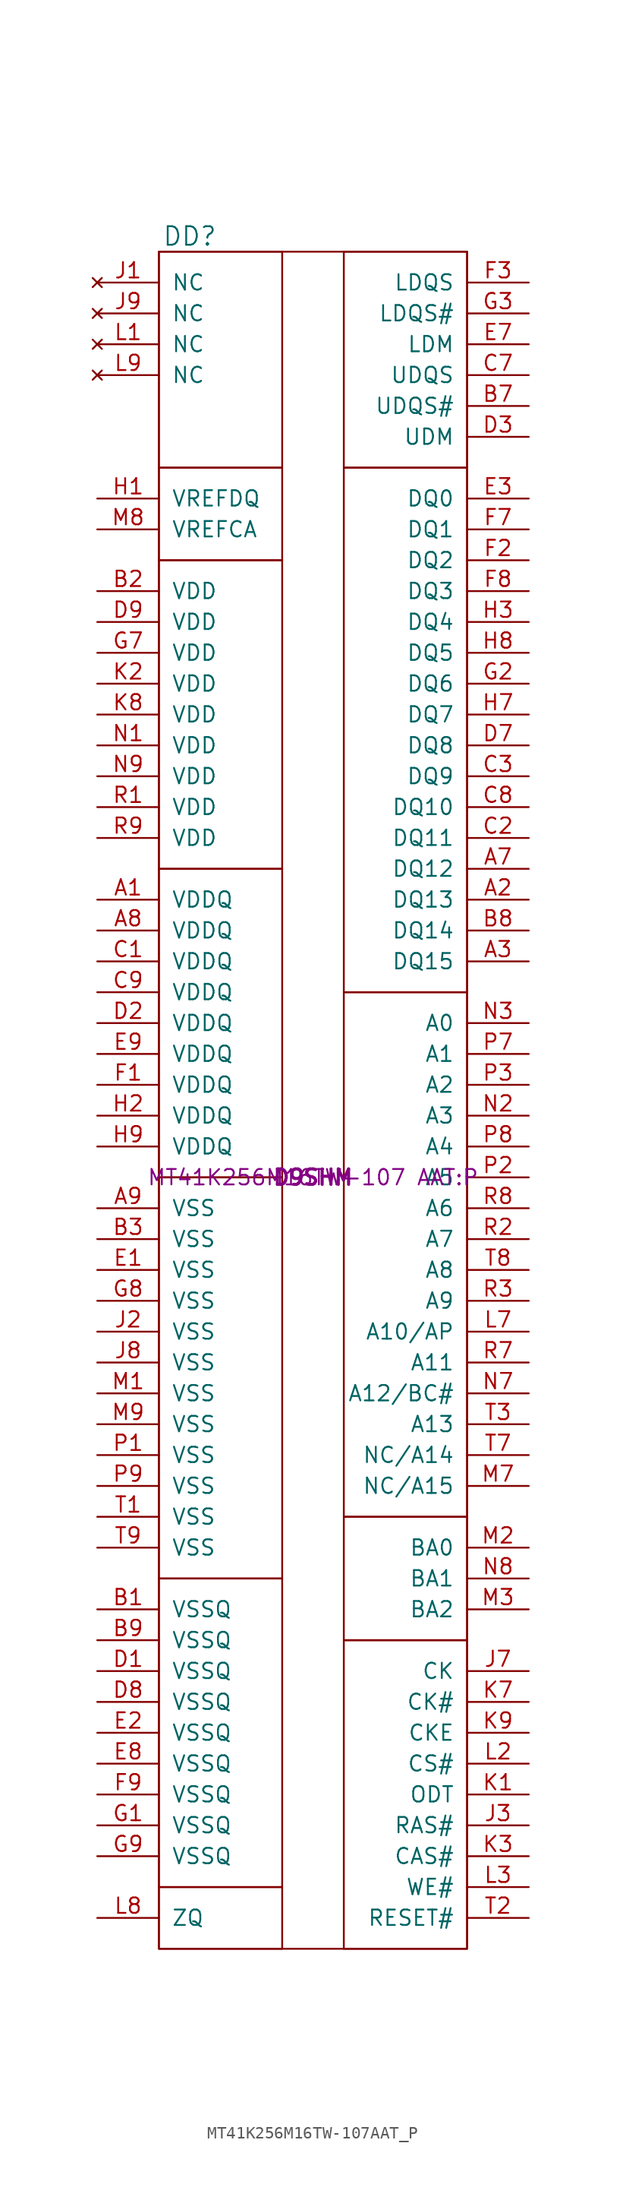
<source format=kicad_sym>
(kicad_symbol_lib
  (version 20211014)
  (generator kicad_symbol_editor)
  (symbol "MT41K256M16TW-107AAT_P"
    (pin_names
      (offset 1.016))
    (property "Reference" "DD"
      (at -10.16 77.47 0)
      (effects (font (size 1.524 1.524))))
    (property "p/n" "MT41K256M16TW-107 AAT:P"
      (at 0 0 0)
      (effects (font (size 1.27 1.27))))
    (property "Mark" "D9SHM"
      (at 0 0 0)
      (effects (font (size 1.27 1.27) bold)))
    (symbol "MT41K256M16TW-107AAT_P_0_1"
      (rectangle (start -12.7 -58.42) (end -2.54 -63.5) (stroke (width 0) (type default) (color 0 0 0 0)) (fill (type none)))
      (rectangle (start -12.7 -33.02) (end -2.54 -58.42) (stroke (width 0) (type default) (color 0 0 0 0)) (fill (type none)))
      (rectangle (start -12.7 0) (end -2.54 -33.02) (stroke (width 0) (type default) (color 0 0 0 0)) (fill (type none)))
      (rectangle (start -12.7 25.4) (end -2.54 0) (stroke (width 0) (type default) (color 0 0 0 0)) (fill (type none)))
      (rectangle (start -12.7 50.8) (end -2.54 25.4) (stroke (width 0) (type default) (color 0 0 0 0)) (fill (type none)))
      (rectangle (start -12.7 58.42) (end -2.54 50.8) (stroke (width 0) (type default) (color 0 0 0 0)) (fill (type none)))
      (rectangle (start -12.7 76.2) (end -2.54 58.42) (stroke (width 0) (type default) (color 0 0 0 0)) (fill (type none)))
      (rectangle (start -12.7 76.2) (end 12.7 -63.5) (stroke (width 0) (type default) (color 0 0 0 0)) (fill (type none)))
      (rectangle (start 2.54 -38.1) (end 12.7 -63.5) (stroke (width 0) (type default) (color 0 0 0 0)) (fill (type none)))
      (rectangle (start 2.54 -27.94) (end 12.7 -38.1) (stroke (width 0) (type default) (color 0 0 0 0)) (fill (type none)))
      (rectangle (start 2.54 15.24) (end 12.7 -27.94) (stroke (width 0) (type default) (color 0 0 0 0)) (fill (type none)))
      (rectangle (start 2.54 58.42) (end 12.7 15.24) (stroke (width 0) (type default) (color 0 0 0 0)) (fill (type none)))
      (rectangle (start 2.54 76.2) (end 12.7 58.42) (stroke (width 0) (type default) (color 0 0 0 0)) (fill (type none))))
    (symbol "MT41K256M16TW-107AAT_P_1_1"
      (pin passive line (at -17.78 22.86 0) (length 5.08) (name "VDDQ" (effects (font (size 1.27 1.27)))) (number "A1" (effects (font (size 1.27 1.27)))))
      (pin passive line (at 17.78 22.86 180) (length 5.08) (name "DQ13" (effects (font (size 1.27 1.27)))) (number "A2" (effects (font (size 1.27 1.27)))))
      (pin passive line (at 17.78 17.78 180) (length 5.08) (name "DQ15" (effects (font (size 1.27 1.27)))) (number "A3" (effects (font (size 1.27 1.27)))))
      (pin passive line (at 17.78 25.4 180) (length 5.08) (name "DQ12" (effects (font (size 1.27 1.27)))) (number "A7" (effects (font (size 1.27 1.27)))))
      (pin passive line (at -17.78 20.32 0) (length 5.08) (name "VDDQ" (effects (font (size 1.27 1.27)))) (number "A8" (effects (font (size 1.27 1.27)))))
      (pin passive line (at -17.78 -2.54 0) (length 5.08) (name "VSS" (effects (font (size 1.27 1.27)))) (number "A9" (effects (font (size 1.27 1.27)))))
      (pin passive line (at -17.78 -35.56 0) (length 5.08) (name "VSSQ" (effects (font (size 1.27 1.27)))) (number "B1" (effects (font (size 1.27 1.27)))))
      (pin passive line (at -17.78 48.26 0) (length 5.08) (name "VDD" (effects (font (size 1.27 1.27)))) (number "B2" (effects (font (size 1.27 1.27)))))
      (pin passive line (at -17.78 -5.08 0) (length 5.08) (name "VSS" (effects (font (size 1.27 1.27)))) (number "B3" (effects (font (size 1.27 1.27)))))
      (pin passive line (at 17.78 63.5 180) (length 5.08) (name "UDQS#" (effects (font (size 1.27 1.27)))) (number "B7" (effects (font (size 1.27 1.27)))))
      (pin passive line (at 17.78 20.32 180) (length 5.08) (name "DQ14" (effects (font (size 1.27 1.27)))) (number "B8" (effects (font (size 1.27 1.27)))))
      (pin passive line (at -17.78 -38.1 0) (length 5.08) (name "VSSQ" (effects (font (size 1.27 1.27)))) (number "B9" (effects (font (size 1.27 1.27)))))
      (pin passive line (at -17.78 17.78 0) (length 5.08) (name "VDDQ" (effects (font (size 1.27 1.27)))) (number "C1" (effects (font (size 1.27 1.27)))))
      (pin passive line (at 17.78 27.94 180) (length 5.08) (name "DQ11" (effects (font (size 1.27 1.27)))) (number "C2" (effects (font (size 1.27 1.27)))))
      (pin passive line (at 17.78 33.02 180) (length 5.08) (name "DQ9" (effects (font (size 1.27 1.27)))) (number "C3" (effects (font (size 1.27 1.27)))))
      (pin passive line (at 17.78 66.04 180) (length 5.08) (name "UDQS" (effects (font (size 1.27 1.27)))) (number "C7" (effects (font (size 1.27 1.27)))))
      (pin passive line (at 17.78 30.48 180) (length 5.08) (name "DQ10" (effects (font (size 1.27 1.27)))) (number "C8" (effects (font (size 1.27 1.27)))))
      (pin passive line (at -17.78 15.24 0) (length 5.08) (name "VDDQ" (effects (font (size 1.27 1.27)))) (number "C9" (effects (font (size 1.27 1.27)))))
      (pin passive line (at -17.78 -40.64 0) (length 5.08) (name "VSSQ" (effects (font (size 1.27 1.27)))) (number "D1" (effects (font (size 1.27 1.27)))))
      (pin passive line (at -17.78 12.7 0) (length 5.08) (name "VDDQ" (effects (font (size 1.27 1.27)))) (number "D2" (effects (font (size 1.27 1.27)))))
      (pin passive line (at 17.78 60.96 180) (length 5.08) (name "UDM" (effects (font (size 1.27 1.27)))) (number "D3" (effects (font (size 1.27 1.27)))))
      (pin passive line (at 17.78 35.56 180) (length 5.08) (name "DQ8" (effects (font (size 1.27 1.27)))) (number "D7" (effects (font (size 1.27 1.27)))))
      (pin passive line (at -17.78 -43.18 0) (length 5.08) (name "VSSQ" (effects (font (size 1.27 1.27)))) (number "D8" (effects (font (size 1.27 1.27)))))
      (pin passive line (at -17.78 45.72 0) (length 5.08) (name "VDD" (effects (font (size 1.27 1.27)))) (number "D9" (effects (font (size 1.27 1.27)))))
      (pin passive line (at -17.78 -7.62 0) (length 5.08) (name "VSS" (effects (font (size 1.27 1.27)))) (number "E1" (effects (font (size 1.27 1.27)))))
      (pin passive line (at -17.78 -45.72 0) (length 5.08) (name "VSSQ" (effects (font (size 1.27 1.27)))) (number "E2" (effects (font (size 1.27 1.27)))))
      (pin passive line (at 17.78 55.88 180) (length 5.08) (name "DQ0" (effects (font (size 1.27 1.27)))) (number "E3" (effects (font (size 1.27 1.27)))))
      (pin passive line (at 17.78 68.58 180) (length 5.08) (name "LDM" (effects (font (size 1.27 1.27)))) (number "E7" (effects (font (size 1.27 1.27)))))
      (pin passive line (at -17.78 -48.26 0) (length 5.08) (name "VSSQ" (effects (font (size 1.27 1.27)))) (number "E8" (effects (font (size 1.27 1.27)))))
      (pin passive line (at -17.78 10.16 0) (length 5.08) (name "VDDQ" (effects (font (size 1.27 1.27)))) (number "E9" (effects (font (size 1.27 1.27)))))
      (pin passive line (at -17.78 7.62 0) (length 5.08) (name "VDDQ" (effects (font (size 1.27 1.27)))) (number "F1" (effects (font (size 1.27 1.27)))))
      (pin passive line (at 17.78 50.8 180) (length 5.08) (name "DQ2" (effects (font (size 1.27 1.27)))) (number "F2" (effects (font (size 1.27 1.27)))))
      (pin passive line (at 17.78 73.66 180) (length 5.08) (name "LDQS" (effects (font (size 1.27 1.27)))) (number "F3" (effects (font (size 1.27 1.27)))))
      (pin passive line (at 17.78 53.34 180) (length 5.08) (name "DQ1" (effects (font (size 1.27 1.27)))) (number "F7" (effects (font (size 1.27 1.27)))))
      (pin passive line (at 17.78 48.26 180) (length 5.08) (name "DQ3" (effects (font (size 1.27 1.27)))) (number "F8" (effects (font (size 1.27 1.27)))))
      (pin passive line (at -17.78 -50.8 0) (length 5.08) (name "VSSQ" (effects (font (size 1.27 1.27)))) (number "F9" (effects (font (size 1.27 1.27)))))
      (pin passive line (at -17.78 -53.34 0) (length 5.08) (name "VSSQ" (effects (font (size 1.27 1.27)))) (number "G1" (effects (font (size 1.27 1.27)))))
      (pin passive line (at 17.78 40.64 180) (length 5.08) (name "DQ6" (effects (font (size 1.27 1.27)))) (number "G2" (effects (font (size 1.27 1.27)))))
      (pin passive line (at 17.78 71.12 180) (length 5.08) (name "LDQS#" (effects (font (size 1.27 1.27)))) (number "G3" (effects (font (size 1.27 1.27)))))
      (pin passive line (at -17.78 43.18 0) (length 5.08) (name "VDD" (effects (font (size 1.27 1.27)))) (number "G7" (effects (font (size 1.27 1.27)))))
      (pin passive line (at -17.78 -10.16 0) (length 5.08) (name "VSS" (effects (font (size 1.27 1.27)))) (number "G8" (effects (font (size 1.27 1.27)))))
      (pin passive line (at -17.78 -55.88 0) (length 5.08) (name "VSSQ" (effects (font (size 1.27 1.27)))) (number "G9" (effects (font (size 1.27 1.27)))))
      (pin passive line (at -17.78 55.88 0) (length 5.08) (name "VREFDQ" (effects (font (size 1.27 1.27)))) (number "H1" (effects (font (size 1.27 1.27)))))
      (pin passive line (at -17.78 5.08 0) (length 5.08) (name "VDDQ" (effects (font (size 1.27 1.27)))) (number "H2" (effects (font (size 1.27 1.27)))))
      (pin passive line (at 17.78 45.72 180) (length 5.08) (name "DQ4" (effects (font (size 1.27 1.27)))) (number "H3" (effects (font (size 1.27 1.27)))))
      (pin passive line (at 17.78 38.1 180) (length 5.08) (name "DQ7" (effects (font (size 1.27 1.27)))) (number "H7" (effects (font (size 1.27 1.27)))))
      (pin passive line (at 17.78 43.18 180) (length 5.08) (name "DQ5" (effects (font (size 1.27 1.27)))) (number "H8" (effects (font (size 1.27 1.27)))))
      (pin passive line (at -17.78 2.54 0) (length 5.08) (name "VDDQ" (effects (font (size 1.27 1.27)))) (number "H9" (effects (font (size 1.27 1.27)))))
      (pin no_connect line (at -17.78 73.66 0) (length 5.08) (name "NC" (effects (font (size 1.27 1.27)))) (number "J1" (effects (font (size 1.27 1.27)))))
      (pin passive line (at -17.78 -12.7 0) (length 5.08) (name "VSS" (effects (font (size 1.27 1.27)))) (number "J2" (effects (font (size 1.27 1.27)))))
      (pin passive line (at 17.78 -53.34 180) (length 5.08) (name "RAS#" (effects (font (size 1.27 1.27)))) (number "J3" (effects (font (size 1.27 1.27)))))
      (pin passive line (at 17.78 -40.64 180) (length 5.08) (name "CK" (effects (font (size 1.27 1.27)))) (number "J7" (effects (font (size 1.27 1.27)))))
      (pin passive line (at -17.78 -15.24 0) (length 5.08) (name "VSS" (effects (font (size 1.27 1.27)))) (number "J8" (effects (font (size 1.27 1.27)))))
      (pin no_connect line (at -17.78 71.12 0) (length 5.08) (name "NC" (effects (font (size 1.27 1.27)))) (number "J9" (effects (font (size 1.27 1.27)))))
      (pin passive line (at 17.78 -50.8 180) (length 5.08) (name "ODT" (effects (font (size 1.27 1.27)))) (number "K1" (effects (font (size 1.27 1.27)))))
      (pin passive line (at -17.78 40.64 0) (length 5.08) (name "VDD" (effects (font (size 1.27 1.27)))) (number "K2" (effects (font (size 1.27 1.27)))))
      (pin passive line (at 17.78 -55.88 180) (length 5.08) (name "CAS#" (effects (font (size 1.27 1.27)))) (number "K3" (effects (font (size 1.27 1.27)))))
      (pin passive line (at 17.78 -43.18 180) (length 5.08) (name "CK#" (effects (font (size 1.27 1.27)))) (number "K7" (effects (font (size 1.27 1.27)))))
      (pin passive line (at -17.78 38.1 0) (length 5.08) (name "VDD" (effects (font (size 1.27 1.27)))) (number "K8" (effects (font (size 1.27 1.27)))))
      (pin passive line (at 17.78 -45.72 180) (length 5.08) (name "CKE" (effects (font (size 1.27 1.27)))) (number "K9" (effects (font (size 1.27 1.27)))))
      (pin no_connect line (at -17.78 68.58 0) (length 5.08) (name "NC" (effects (font (size 1.27 1.27)))) (number "L1" (effects (font (size 1.27 1.27)))))
      (pin passive line (at 17.78 -48.26 180) (length 5.08) (name "CS#" (effects (font (size 1.27 1.27)))) (number "L2" (effects (font (size 1.27 1.27)))))
      (pin passive line (at 17.78 -58.42 180) (length 5.08) (name "WE#" (effects (font (size 1.27 1.27)))) (number "L3" (effects (font (size 1.27 1.27)))))
      (pin passive line (at 17.78 -12.7 180) (length 5.08) (name "A10/AP" (effects (font (size 1.27 1.27)))) (number "L7" (effects (font (size 1.27 1.27)))))
      (pin passive line (at -17.78 -60.96 0) (length 5.08) (name "ZQ" (effects (font (size 1.27 1.27)))) (number "L8" (effects (font (size 1.27 1.27)))))
      (pin no_connect line (at -17.78 66.04 0) (length 5.08) (name "NC" (effects (font (size 1.27 1.27)))) (number "L9" (effects (font (size 1.27 1.27)))))
      (pin passive line (at -17.78 -17.78 0) (length 5.08) (name "VSS" (effects (font (size 1.27 1.27)))) (number "M1" (effects (font (size 1.27 1.27)))))
      (pin passive line (at 17.78 -30.48 180) (length 5.08) (name "BA0" (effects (font (size 1.27 1.27)))) (number "M2" (effects (font (size 1.27 1.27)))))
      (pin passive line (at 17.78 -35.56 180) (length 5.08) (name "BA2" (effects (font (size 1.27 1.27)))) (number "M3" (effects (font (size 1.27 1.27)))))
      (pin passive line (at 17.78 -25.4 180) (length 5.08) (name "NC/A15" (effects (font (size 1.27 1.27)))) (number "M7" (effects (font (size 1.27 1.27)))))
      (pin passive line (at -17.78 53.34 0) (length 5.08) (name "VREFCA" (effects (font (size 1.27 1.27)))) (number "M8" (effects (font (size 1.27 1.27)))))
      (pin passive line (at -17.78 -20.32 0) (length 5.08) (name "VSS" (effects (font (size 1.27 1.27)))) (number "M9" (effects (font (size 1.27 1.27)))))
      (pin passive line (at -17.78 35.56 0) (length 5.08) (name "VDD" (effects (font (size 1.27 1.27)))) (number "N1" (effects (font (size 1.27 1.27)))))
      (pin passive line (at 17.78 5.08 180) (length 5.08) (name "A3" (effects (font (size 1.27 1.27)))) (number "N2" (effects (font (size 1.27 1.27)))))
      (pin passive line (at 17.78 12.7 180) (length 5.08) (name "A0" (effects (font (size 1.27 1.27)))) (number "N3" (effects (font (size 1.27 1.27)))))
      (pin passive line (at 17.78 -17.78 180) (length 5.08) (name "A12/BC#" (effects (font (size 1.27 1.27)))) (number "N7" (effects (font (size 1.27 1.27)))))
      (pin passive line (at 17.78 -33.02 180) (length 5.08) (name "BA1" (effects (font (size 1.27 1.27)))) (number "N8" (effects (font (size 1.27 1.27)))))
      (pin passive line (at -17.78 33.02 0) (length 5.08) (name "VDD" (effects (font (size 1.27 1.27)))) (number "N9" (effects (font (size 1.27 1.27)))))
      (pin passive line (at -17.78 -22.86 0) (length 5.08) (name "VSS" (effects (font (size 1.27 1.27)))) (number "P1" (effects (font (size 1.27 1.27)))))
      (pin passive line (at 17.78 0 180) (length 5.08) (name "A5" (effects (font (size 1.27 1.27)))) (number "P2" (effects (font (size 1.27 1.27)))))
      (pin passive line (at 17.78 7.62 180) (length 5.08) (name "A2" (effects (font (size 1.27 1.27)))) (number "P3" (effects (font (size 1.27 1.27)))))
      (pin passive line (at 17.78 10.16 180) (length 5.08) (name "A1" (effects (font (size 1.27 1.27)))) (number "P7" (effects (font (size 1.27 1.27)))))
      (pin passive line (at 17.78 2.54 180) (length 5.08) (name "A4" (effects (font (size 1.27 1.27)))) (number "P8" (effects (font (size 1.27 1.27)))))
      (pin passive line (at -17.78 -25.4 0) (length 5.08) (name "VSS" (effects (font (size 1.27 1.27)))) (number "P9" (effects (font (size 1.27 1.27)))))
      (pin passive line (at -17.78 30.48 0) (length 5.08) (name "VDD" (effects (font (size 1.27 1.27)))) (number "R1" (effects (font (size 1.27 1.27)))))
      (pin passive line (at 17.78 -5.08 180) (length 5.08) (name "A7" (effects (font (size 1.27 1.27)))) (number "R2" (effects (font (size 1.27 1.27)))))
      (pin passive line (at 17.78 -10.16 180) (length 5.08) (name "A9" (effects (font (size 1.27 1.27)))) (number "R3" (effects (font (size 1.27 1.27)))))
      (pin passive line (at 17.78 -15.24 180) (length 5.08) (name "A11" (effects (font (size 1.27 1.27)))) (number "R7" (effects (font (size 1.27 1.27)))))
      (pin passive line (at 17.78 -2.54 180) (length 5.08) (name "A6" (effects (font (size 1.27 1.27)))) (number "R8" (effects (font (size 1.27 1.27)))))
      (pin passive line (at -17.78 27.94 0) (length 5.08) (name "VDD" (effects (font (size 1.27 1.27)))) (number "R9" (effects (font (size 1.27 1.27)))))
      (pin passive line (at -17.78 -27.94 0) (length 5.08) (name "VSS" (effects (font (size 1.27 1.27)))) (number "T1" (effects (font (size 1.27 1.27)))))
      (pin passive line (at 17.78 -60.96 180) (length 5.08) (name "RESET#" (effects (font (size 1.27 1.27)))) (number "T2" (effects (font (size 1.27 1.27)))))
      (pin passive line (at 17.78 -20.32 180) (length 5.08) (name "A13" (effects (font (size 1.27 1.27)))) (number "T3" (effects (font (size 1.27 1.27)))))
      (pin passive line (at 17.78 -22.86 180) (length 5.08) (name "NC/A14" (effects (font (size 1.27 1.27)))) (number "T7" (effects (font (size 1.27 1.27)))))
      (pin passive line (at 17.78 -7.62 180) (length 5.08) (name "A8" (effects (font (size 1.27 1.27)))) (number "T8" (effects (font (size 1.27 1.27)))))
      (pin passive line (at -17.78 -30.48 0) (length 5.08) (name "VSS" (effects (font (size 1.27 1.27)))) (number "T9" (effects (font (size 1.27 1.27))))))))
</source>
